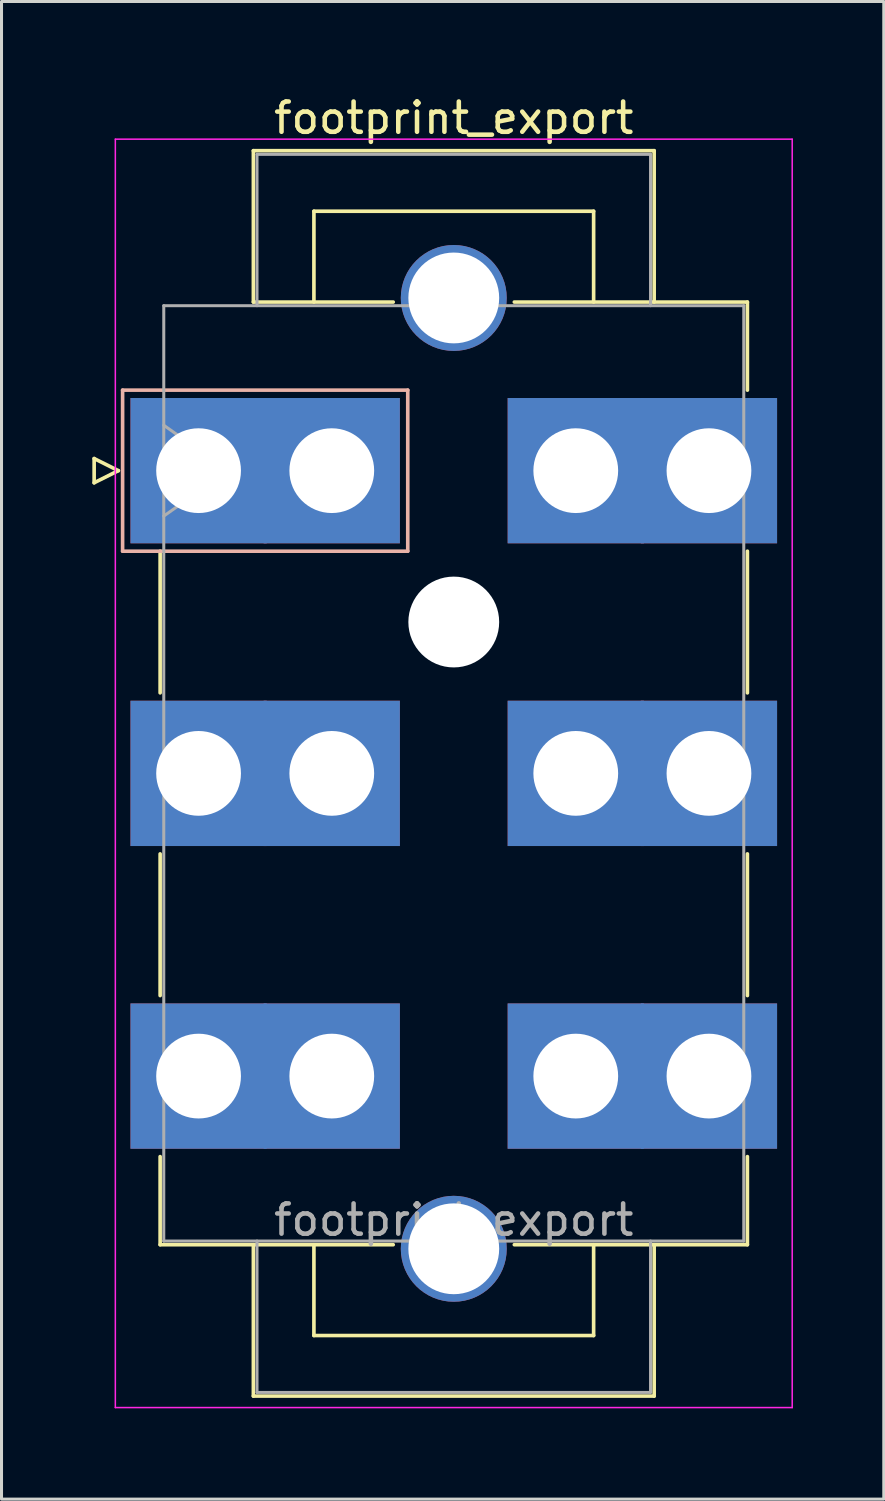
<source format=kicad_pcb>
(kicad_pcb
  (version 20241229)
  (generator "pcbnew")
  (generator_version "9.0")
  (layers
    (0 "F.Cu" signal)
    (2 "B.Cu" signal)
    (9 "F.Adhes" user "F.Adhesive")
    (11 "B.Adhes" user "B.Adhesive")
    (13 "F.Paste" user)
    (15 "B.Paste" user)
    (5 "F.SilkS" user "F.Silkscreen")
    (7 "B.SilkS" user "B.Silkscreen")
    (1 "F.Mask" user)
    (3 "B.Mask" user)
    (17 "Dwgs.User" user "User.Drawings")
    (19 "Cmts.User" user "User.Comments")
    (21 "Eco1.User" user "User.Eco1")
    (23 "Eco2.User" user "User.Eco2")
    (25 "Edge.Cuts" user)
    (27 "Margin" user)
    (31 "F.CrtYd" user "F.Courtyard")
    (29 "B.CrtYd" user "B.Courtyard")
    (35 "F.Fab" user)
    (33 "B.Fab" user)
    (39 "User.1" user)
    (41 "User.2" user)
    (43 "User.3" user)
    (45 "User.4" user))
  (footprint "footprint_export"
    (layer "F.Cu")
    (at 3.51 12.498)
    (property "Reference" "footprint_export" (at 8.43 -11.65 0) (layer "F.SilkS") (effects (font (size 1 1) (thickness 0.15))))
    (attr through_hole)
    (fp_line (start -3.45 -0.4) (end -3.45 0.4) (stroke (width 0.12) (type solid)) (layer "F.SilkS"))
    (fp_line (start -3.45 0.4) (end -2.65 0) (stroke (width 0.12) (type solid)) (layer "F.SilkS"))
    (fp_line (start -2.65 0) (end -3.45 -0.4) (stroke (width 0.12) (type solid)) (layer "F.SilkS"))
    (fp_line (start -1.27 2.66) (end -1.27 7.34) (stroke (width 0.12) (type solid)) (layer "F.SilkS"))
    (fp_line (start -1.27 12.66) (end -1.27 17.34) (stroke (width 0.12) (type solid)) (layer "F.SilkS"))
    (fp_line (start -1.27 22.66) (end -1.27 25.57) (stroke (width 0.12) (type solid)) (layer "F.SilkS"))
    (fp_line (start -1.27 25.57) (end 6.43 25.57) (stroke (width 0.12) (type solid)) (layer "F.SilkS"))
    (fp_line (start 1.81 -10.57) (end 15.05 -10.57) (stroke (width 0.12) (type solid)) (layer "F.SilkS"))
    (fp_line (start 1.81 -5.57) (end 1.81 -10.57) (stroke (width 0.12) (type solid)) (layer "F.SilkS"))
    (fp_line (start 1.81 25.57) (end 1.81 30.57) (stroke (width 0.12) (type solid)) (layer "F.SilkS"))
    (fp_line (start 1.81 30.57) (end 15.05 30.57) (stroke (width 0.12) (type solid)) (layer "F.SilkS"))
    (fp_line (start 3.81 -8.57) (end 13.05 -8.57) (stroke (width 0.12) (type solid)) (layer "F.SilkS"))
    (fp_line (start 3.81 -5.57) (end 3.81 -8.57) (stroke (width 0.12) (type solid)) (layer "F.SilkS"))
    (fp_line (start 3.81 25.57) (end 3.81 28.57) (stroke (width 0.12) (type solid)) (layer "F.SilkS"))
    (fp_line (start 3.81 28.57) (end 13.05 28.57) (stroke (width 0.12) (type solid)) (layer "F.SilkS"))
    (fp_line (start 6.43 -5.57) (end 1.81 -5.57) (stroke (width 0.12) (type solid)) (layer "F.SilkS"))
    (fp_line (start 13.05 -8.57) (end 13.05 -5.57) (stroke (width 0.12) (type solid)) (layer "F.SilkS"))
    (fp_line (start 13.05 28.57) (end 13.05 25.57) (stroke (width 0.12) (type solid)) (layer "F.SilkS"))
    (fp_line (start 15.05 -10.57) (end 15.05 -5.57) (stroke (width 0.12) (type solid)) (layer "F.SilkS"))
    (fp_line (start 15.05 30.57) (end 15.05 25.57) (stroke (width 0.12) (type solid)) (layer "F.SilkS"))
    (fp_line (start 18.13 -5.57) (end 10.43 -5.57) (stroke (width 0.12) (type solid)) (layer "F.SilkS"))
    (fp_line (start 18.13 -2.66) (end 18.13 -5.57) (stroke (width 0.12) (type solid)) (layer "F.SilkS"))
    (fp_line (start 18.13 2.66) (end 18.13 7.34) (stroke (width 0.12) (type solid)) (layer "F.SilkS"))
    (fp_line (start 18.13 12.66) (end 18.13 17.34) (stroke (width 0.12) (type solid)) (layer "F.SilkS"))
    (fp_line (start 18.13 22.66) (end 18.13 25.57) (stroke (width 0.12) (type solid)) (layer "F.SilkS"))
    (fp_line (start 18.13 25.57) (end 10.43 25.57) (stroke (width 0.12) (type solid)) (layer "F.SilkS"))
    (fp_line (start -2.51 -2.66) (end -2.51 2.66) (stroke (width 0.12) (type solid)) (layer "B.SilkS"))
    (fp_line (start -2.51 2.66) (end 6.91 2.66) (stroke (width 0.12) (type solid)) (layer "B.SilkS"))
    (fp_line (start 6.91 -2.66) (end -2.51 -2.66) (stroke (width 0.12) (type solid)) (layer "B.SilkS"))
    (fp_line (start 6.91 2.66) (end 6.91 -2.66) (stroke (width 0.12) (type solid)) (layer "B.SilkS"))
    (fp_line (start -2.75 -10.95) (end -2.75 30.95) (stroke (width 0.05) (type solid)) (layer "F.CrtYd"))
    (fp_line (start -2.75 30.95) (end 19.61 30.95) (stroke (width 0.05) (type solid)) (layer "F.CrtYd"))
    (fp_line (start 19.61 -10.95) (end -2.75 -10.95) (stroke (width 0.05) (type solid)) (layer "F.CrtYd"))
    (fp_line (start 19.61 30.95) (end 19.61 -10.95) (stroke (width 0.05) (type solid)) (layer "F.CrtYd"))
    (fp_line (start -1.15 -5.45) (end -1.15 25.45) (stroke (width 0.1) (type solid)) (layer "F.Fab"))
    (fp_line (start -1.15 -1.5) (end 0.971 0) (stroke (width 0.1) (type solid)) (layer "F.Fab"))
    (fp_line (start -1.15 25.45) (end 18.01 25.45) (stroke (width 0.1) (type solid)) (layer "F.Fab"))
    (fp_line (start 0.971 0) (end -1.15 1.5) (stroke (width 0.1) (type solid)) (layer "F.Fab"))
    (fp_line (start 1.93 -10.45) (end 14.93 -10.45) (stroke (width 0.1) (type solid)) (layer "F.Fab"))
    (fp_line (start 1.93 -5.45) (end 1.93 -10.45) (stroke (width 0.1) (type solid)) (layer "F.Fab"))
    (fp_line (start 1.93 25.45) (end 1.93 30.45) (stroke (width 0.1) (type solid)) (layer "F.Fab"))
    (fp_line (start 1.93 30.45) (end 14.93 30.45) (stroke (width 0.1) (type solid)) (layer "F.Fab"))
    (fp_line (start 14.93 -10.45) (end 14.93 -5.45) (stroke (width 0.1) (type solid)) (layer "F.Fab"))
    (fp_line (start 14.93 30.45) (end 14.93 25.45) (stroke (width 0.1) (type solid)) (layer "F.Fab"))
    (fp_line (start 18.01 -5.45) (end -1.15 -5.45) (stroke (width 0.1) (type solid)) (layer "F.Fab"))
    (fp_line (start 18.01 25.45) (end 18.01 -5.45) (stroke (width 0.1) (type solid)) (layer "F.Fab"))
    (fp_text user "${REFERENCE}" (at 8.43 24.75 0) (layer "F.Fab") (effects (font (size 1 1) (thickness 0.15))))
    (pad "" thru_hole circle (at 8.43 -5.705) (size 3.5 3.5) (drill 3) (layers "*.Cu" "*.Mask"))
    (pad "" np_thru_hole circle (at 8.43 5) (size 3 3) (drill 3) (layers "*.Cu" "*.Mask"))
    (pad "" thru_hole circle (at 8.43 25.705) (size 3.5 3.5) (drill 3) (layers "*.Cu" "*.Mask"))
    (pad "1" thru_hole rect (at 0 0) (size 4.5 4.8) (drill 2.8) (layers "*.Cu" "*.Mask"))
    (pad "1" thru_hole rect (at 4.4 0) (size 4.5 4.8) (drill 2.8) (layers "*.Cu" "*.Mask"))
    (pad "2" thru_hole rect (at 0 10) (size 4.5 4.8) (drill 2.8) (layers "*.Cu" "*.Mask"))
    (pad "2" thru_hole rect (at 4.4 10) (size 4.5 4.8) (drill 2.8) (layers "*.Cu" "*.Mask"))
    (pad "3" thru_hole rect (at 0 20) (size 4.5 4.8) (drill 2.8) (layers "*.Cu" "*.Mask"))
    (pad "3" thru_hole rect (at 4.4 20) (size 4.5 4.8) (drill 2.8) (layers "*.Cu" "*.Mask"))
    (pad "4" thru_hole rect (at 12.46 0) (size 4.5 4.8) (drill 2.8) (layers "*.Cu" "*.Mask"))
    (pad "4" thru_hole rect (at 16.86 0) (size 4.5 4.8) (drill 2.8) (layers "*.Cu" "*.Mask"))
    (pad "5" thru_hole rect (at 12.46 10) (size 4.5 4.8) (drill 2.8) (layers "*.Cu" "*.Mask"))
    (pad "5" thru_hole rect (at 16.86 10) (size 4.5 4.8) (drill 2.8) (layers "*.Cu" "*.Mask"))
    (pad "6" thru_hole rect (at 12.46 20) (size 4.5 4.8) (drill 2.8) (layers "*.Cu" "*.Mask"))
    (pad "6" thru_hole rect (at 16.86 20) (size 4.5 4.8) (drill 2.8) (layers "*.Cu" "*.Mask")))
  (gr_rect
    (start -3 -3)
    (end 26.145 46.473)
    (stroke (width 0.1) (type default))
    (fill no)
    (layer "Edge.Cuts")))
</source>
